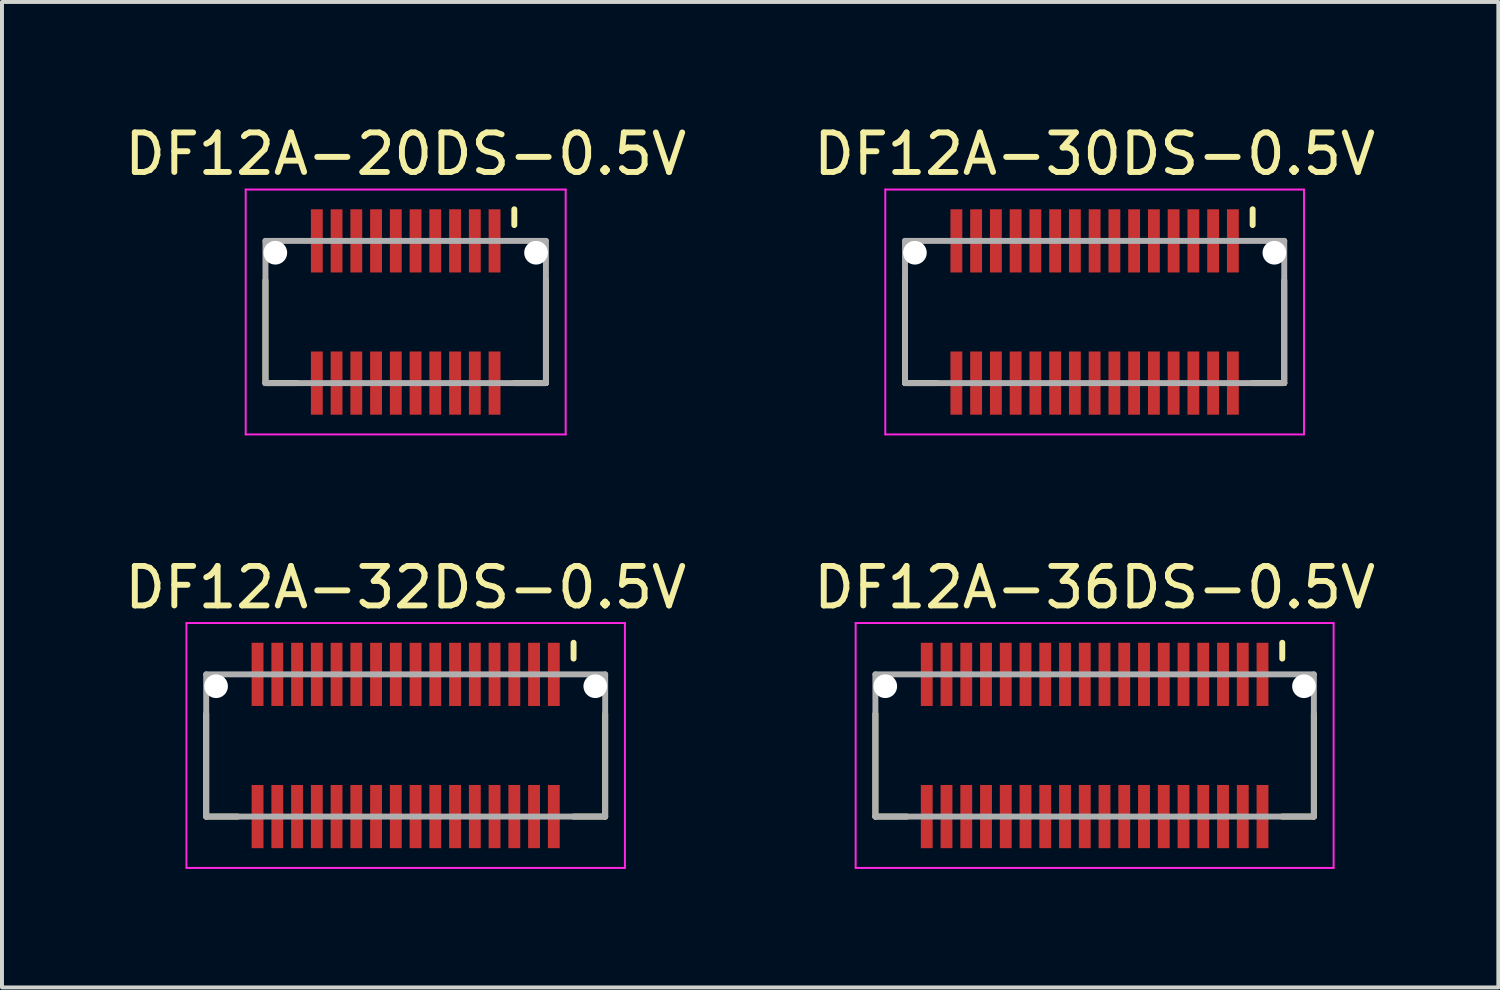
<source format=kicad_pcb>
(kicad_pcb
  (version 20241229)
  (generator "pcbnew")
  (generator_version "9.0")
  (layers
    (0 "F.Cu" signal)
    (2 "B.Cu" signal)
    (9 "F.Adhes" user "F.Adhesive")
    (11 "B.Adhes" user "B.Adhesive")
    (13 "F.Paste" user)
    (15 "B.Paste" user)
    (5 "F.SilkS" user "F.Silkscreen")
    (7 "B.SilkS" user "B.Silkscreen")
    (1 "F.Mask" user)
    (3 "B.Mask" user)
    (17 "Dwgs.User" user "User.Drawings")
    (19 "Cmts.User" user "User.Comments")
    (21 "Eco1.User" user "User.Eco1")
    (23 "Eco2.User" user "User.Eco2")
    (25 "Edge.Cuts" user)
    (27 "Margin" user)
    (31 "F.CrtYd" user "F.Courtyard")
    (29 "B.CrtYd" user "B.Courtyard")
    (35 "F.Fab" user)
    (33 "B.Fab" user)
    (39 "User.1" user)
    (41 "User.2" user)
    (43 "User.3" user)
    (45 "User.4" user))
  (footprint "DF12A-20DS-0.5V"
    (layer "F.Cu")
    (at 7.22 4.848)
    (property "Reference" "DF12A-20DS-0.5V" (at 0 -4 0) (layer "F.SilkS") (effects (font (size 1 1) (thickness 0.15))))
    (attr smd)
    (fp_line (start -3.55 -0.8) (end -3.55 1.8) (stroke (width 0.15) (type solid)) (layer "F.SilkS"))
    (fp_line (start -3.55 1.8) (end -2.75 1.8) (stroke (width 0.15) (type solid)) (layer "F.SilkS"))
    (fp_line (start 2.75 -2.6) (end 2.75 -2.2) (stroke (width 0.15) (type solid)) (layer "F.SilkS"))
    (fp_line (start 2.75 1.8) (end 3.55 1.8) (stroke (width 0.15) (type solid)) (layer "F.SilkS"))
    (fp_line (start 3.55 -0.8) (end 3.55 1.8) (stroke (width 0.15) (type solid)) (layer "F.SilkS"))
    (fp_line (start -4.05 -3.1) (end -4.05 3.1) (stroke (width 0.05) (type solid)) (layer "F.CrtYd"))
    (fp_line (start -4.05 -3.1) (end 4.05 -3.1) (stroke (width 0.05) (type solid)) (layer "F.CrtYd"))
    (fp_line (start -4.05 3.1) (end 4.05 3.1) (stroke (width 0.05) (type solid)) (layer "F.CrtYd"))
    (fp_line (start 4.05 -3.1) (end 4.05 3.1) (stroke (width 0.05) (type solid)) (layer "F.CrtYd"))
    (fp_line (start -3.55 -1.8) (end -3.55 1.8) (stroke (width 0.15) (type solid)) (layer "F.Fab"))
    (fp_line (start -3.55 -1.8) (end 3.55 -1.8) (stroke (width 0.15) (type solid)) (layer "F.Fab"))
    (fp_line (start -3.55 1.8) (end 3.55 1.8) (stroke (width 0.15) (type solid)) (layer "F.Fab"))
    (fp_line (start 3.55 -1.8) (end 3.55 1.8) (stroke (width 0.15) (type solid)) (layer "F.Fab"))
    (pad "" np_thru_hole circle (at -3.3 -1.5) (size 0.6 0.6) (drill 0.6) (layers "*.Cu" "*.Mask"))
    (pad "" np_thru_hole circle (at 3.3 -1.5) (size 0.6 0.6) (drill 0.6) (layers "*.Cu" "*.Mask"))
    (pad "1" smd rect (at 2.25 -1.8) (size 0.3 1.6) (layers "F.Cu" "F.Mask" "F.Paste"))
    (pad "2" smd rect (at 2.25 1.8) (size 0.3 1.6) (layers "F.Cu" "F.Mask" "F.Paste"))
    (pad "3" smd rect (at 1.75 -1.8) (size 0.3 1.6) (layers "F.Cu" "F.Mask" "F.Paste"))
    (pad "4" smd rect (at 1.75 1.8) (size 0.3 1.6) (layers "F.Cu" "F.Mask" "F.Paste"))
    (pad "5" smd rect (at 1.25 -1.8) (size 0.3 1.6) (layers "F.Cu" "F.Mask" "F.Paste"))
    (pad "6" smd rect (at 1.25 1.8) (size 0.3 1.6) (layers "F.Cu" "F.Mask" "F.Paste"))
    (pad "7" smd rect (at 0.75 -1.8) (size 0.3 1.6) (layers "F.Cu" "F.Mask" "F.Paste"))
    (pad "8" smd rect (at 0.75 1.8) (size 0.3 1.6) (layers "F.Cu" "F.Mask" "F.Paste"))
    (pad "9" smd rect (at 0.25 -1.8) (size 0.3 1.6) (layers "F.Cu" "F.Mask" "F.Paste"))
    (pad "10" smd rect (at 0.25 1.8) (size 0.3 1.6) (layers "F.Cu" "F.Mask" "F.Paste"))
    (pad "11" smd rect (at -0.25 -1.8) (size 0.3 1.6) (layers "F.Cu" "F.Mask" "F.Paste"))
    (pad "12" smd rect (at -0.25 1.8) (size 0.3 1.6) (layers "F.Cu" "F.Mask" "F.Paste"))
    (pad "13" smd rect (at -0.75 -1.8) (size 0.3 1.6) (layers "F.Cu" "F.Mask" "F.Paste"))
    (pad "14" smd rect (at -0.75 1.8) (size 0.3 1.6) (layers "F.Cu" "F.Mask" "F.Paste"))
    (pad "15" smd rect (at -1.25 -1.8) (size 0.3 1.6) (layers "F.Cu" "F.Mask" "F.Paste"))
    (pad "16" smd rect (at -1.25 1.8) (size 0.3 1.6) (layers "F.Cu" "F.Mask" "F.Paste"))
    (pad "17" smd rect (at -1.75 -1.8) (size 0.3 1.6) (layers "F.Cu" "F.Mask" "F.Paste"))
    (pad "18" smd rect (at -1.75 1.8) (size 0.3 1.6) (layers "F.Cu" "F.Mask" "F.Paste"))
    (pad "19" smd rect (at -2.25 -1.8) (size 0.3 1.6) (layers "F.Cu" "F.Mask" "F.Paste"))
    (pad "20" smd rect (at -2.25 1.8) (size 0.3 1.6) (layers "F.Cu" "F.Mask" "F.Paste")))
  (footprint "DF12A-32DS-0.5V"
    (layer "F.Cu")
    (at 7.22 15.822)
    (property "Reference" "DF12A-32DS-0.5V" (at 0 -4 0) (layer "F.SilkS") (effects (font (size 1 1) (thickness 0.15))))
    (attr smd)
    (fp_line (start -5.05 -0.8) (end -5.05 1.8) (stroke (width 0.15) (type solid)) (layer "F.SilkS"))
    (fp_line (start -5.05 1.8) (end -4.25 1.8) (stroke (width 0.15) (type solid)) (layer "F.SilkS"))
    (fp_line (start 4.25 -2.6) (end 4.25 -2.2) (stroke (width 0.15) (type solid)) (layer "F.SilkS"))
    (fp_line (start 4.25 1.8) (end 5.05 1.8) (stroke (width 0.15) (type solid)) (layer "F.SilkS"))
    (fp_line (start 5.05 -0.8) (end 5.05 1.8) (stroke (width 0.15) (type solid)) (layer "F.SilkS"))
    (fp_line (start -5.55 -3.1) (end -5.55 3.1) (stroke (width 0.05) (type solid)) (layer "F.CrtYd"))
    (fp_line (start -5.55 -3.1) (end 5.55 -3.1) (stroke (width 0.05) (type solid)) (layer "F.CrtYd"))
    (fp_line (start -5.55 3.1) (end 5.55 3.1) (stroke (width 0.05) (type solid)) (layer "F.CrtYd"))
    (fp_line (start 5.55 -3.1) (end 5.55 3.1) (stroke (width 0.05) (type solid)) (layer "F.CrtYd"))
    (fp_line (start -5.05 -1.8) (end -5.05 1.8) (stroke (width 0.15) (type solid)) (layer "F.Fab"))
    (fp_line (start -5.05 -1.8) (end 5.05 -1.8) (stroke (width 0.15) (type solid)) (layer "F.Fab"))
    (fp_line (start -5.05 1.8) (end 5.05 1.8) (stroke (width 0.15) (type solid)) (layer "F.Fab"))
    (fp_line (start 5.05 -1.8) (end 5.05 1.8) (stroke (width 0.15) (type solid)) (layer "F.Fab"))
    (pad "" np_thru_hole circle (at -4.8 -1.5) (size 0.6 0.6) (drill 0.6) (layers "*.Cu" "*.Mask"))
    (pad "" np_thru_hole circle (at 4.8 -1.5) (size 0.6 0.6) (drill 0.6) (layers "*.Cu" "*.Mask"))
    (pad "1" smd rect (at 3.75 -1.8) (size 0.3 1.6) (layers "F.Cu" "F.Mask" "F.Paste"))
    (pad "2" smd rect (at 3.75 1.8) (size 0.3 1.6) (layers "F.Cu" "F.Mask" "F.Paste"))
    (pad "3" smd rect (at 3.25 -1.8) (size 0.3 1.6) (layers "F.Cu" "F.Mask" "F.Paste"))
    (pad "4" smd rect (at 3.25 1.8) (size 0.3 1.6) (layers "F.Cu" "F.Mask" "F.Paste"))
    (pad "5" smd rect (at 2.75 -1.8) (size 0.3 1.6) (layers "F.Cu" "F.Mask" "F.Paste"))
    (pad "6" smd rect (at 2.75 1.8) (size 0.3 1.6) (layers "F.Cu" "F.Mask" "F.Paste"))
    (pad "7" smd rect (at 2.25 -1.8) (size 0.3 1.6) (layers "F.Cu" "F.Mask" "F.Paste"))
    (pad "8" smd rect (at 2.25 1.8) (size 0.3 1.6) (layers "F.Cu" "F.Mask" "F.Paste"))
    (pad "9" smd rect (at 1.75 -1.8) (size 0.3 1.6) (layers "F.Cu" "F.Mask" "F.Paste"))
    (pad "10" smd rect (at 1.75 1.8) (size 0.3 1.6) (layers "F.Cu" "F.Mask" "F.Paste"))
    (pad "11" smd rect (at 1.25 -1.8) (size 0.3 1.6) (layers "F.Cu" "F.Mask" "F.Paste"))
    (pad "12" smd rect (at 1.25 1.8) (size 0.3 1.6) (layers "F.Cu" "F.Mask" "F.Paste"))
    (pad "13" smd rect (at 0.75 -1.8) (size 0.3 1.6) (layers "F.Cu" "F.Mask" "F.Paste"))
    (pad "14" smd rect (at 0.75 1.8) (size 0.3 1.6) (layers "F.Cu" "F.Mask" "F.Paste"))
    (pad "15" smd rect (at 0.25 -1.8) (size 0.3 1.6) (layers "F.Cu" "F.Mask" "F.Paste"))
    (pad "16" smd rect (at 0.25 1.8) (size 0.3 1.6) (layers "F.Cu" "F.Mask" "F.Paste"))
    (pad "17" smd rect (at -0.25 -1.8) (size 0.3 1.6) (layers "F.Cu" "F.Mask" "F.Paste"))
    (pad "18" smd rect (at -0.25 1.8) (size 0.3 1.6) (layers "F.Cu" "F.Mask" "F.Paste"))
    (pad "19" smd rect (at -0.75 -1.8) (size 0.3 1.6) (layers "F.Cu" "F.Mask" "F.Paste"))
    (pad "20" smd rect (at -0.75 1.8) (size 0.3 1.6) (layers "F.Cu" "F.Mask" "F.Paste"))
    (pad "21" smd rect (at -1.25 -1.8) (size 0.3 1.6) (layers "F.Cu" "F.Mask" "F.Paste"))
    (pad "22" smd rect (at -1.25 1.8) (size 0.3 1.6) (layers "F.Cu" "F.Mask" "F.Paste"))
    (pad "23" smd rect (at -1.75 -1.8) (size 0.3 1.6) (layers "F.Cu" "F.Mask" "F.Paste"))
    (pad "24" smd rect (at -1.75 1.8) (size 0.3 1.6) (layers "F.Cu" "F.Mask" "F.Paste"))
    (pad "25" smd rect (at -2.25 -1.8) (size 0.3 1.6) (layers "F.Cu" "F.Mask" "F.Paste"))
    (pad "26" smd rect (at -2.25 1.8) (size 0.3 1.6) (layers "F.Cu" "F.Mask" "F.Paste"))
    (pad "27" smd rect (at -2.75 -1.8) (size 0.3 1.6) (layers "F.Cu" "F.Mask" "F.Paste"))
    (pad "28" smd rect (at -2.75 1.8) (size 0.3 1.6) (layers "F.Cu" "F.Mask" "F.Paste"))
    (pad "29" smd rect (at -3.25 -1.8) (size 0.3 1.6) (layers "F.Cu" "F.Mask" "F.Paste"))
    (pad "30" smd rect (at -3.25 1.8) (size 0.3 1.6) (layers "F.Cu" "F.Mask" "F.Paste"))
    (pad "31" smd rect (at -3.75 -1.8) (size 0.3 1.6) (layers "F.Cu" "F.Mask" "F.Paste"))
    (pad "32" smd rect (at -3.75 1.8) (size 0.3 1.6) (layers "F.Cu" "F.Mask" "F.Paste")))
  (footprint "DF12A-30DS-0.5V"
    (layer "F.Cu")
    (at 24.661 4.848)
    (property "Reference" "DF12A-30DS-0.5V" (at 0 -4 0) (layer "F.SilkS") (effects (font (size 1 1) (thickness 0.15))))
    (attr smd)
    (fp_line (start -4.8 -0.8) (end -4.8 1.8) (stroke (width 0.15) (type solid)) (layer "F.SilkS"))
    (fp_line (start -4.8 1.8) (end -4 1.8) (stroke (width 0.15) (type solid)) (layer "F.SilkS"))
    (fp_line (start 4 -2.6) (end 4 -2.2) (stroke (width 0.15) (type solid)) (layer "F.SilkS"))
    (fp_line (start 4 1.8) (end 4.8 1.8) (stroke (width 0.15) (type solid)) (layer "F.SilkS"))
    (fp_line (start 4.8 -0.8) (end 4.8 1.8) (stroke (width 0.15) (type solid)) (layer "F.SilkS"))
    (fp_line (start -5.3 -3.1) (end -5.3 3.1) (stroke (width 0.05) (type solid)) (layer "F.CrtYd"))
    (fp_line (start -5.3 -3.1) (end 5.3 -3.1) (stroke (width 0.05) (type solid)) (layer "F.CrtYd"))
    (fp_line (start -5.3 3.1) (end 5.3 3.1) (stroke (width 0.05) (type solid)) (layer "F.CrtYd"))
    (fp_line (start 5.3 -3.1) (end 5.3 3.1) (stroke (width 0.05) (type solid)) (layer "F.CrtYd"))
    (fp_line (start -4.8 -1.8) (end -4.8 1.8) (stroke (width 0.15) (type solid)) (layer "F.Fab"))
    (fp_line (start -4.8 -1.8) (end 4.8 -1.8) (stroke (width 0.15) (type solid)) (layer "F.Fab"))
    (fp_line (start -4.8 1.8) (end 4.8 1.8) (stroke (width 0.15) (type solid)) (layer "F.Fab"))
    (fp_line (start 4.8 -1.8) (end 4.8 1.8) (stroke (width 0.15) (type solid)) (layer "F.Fab"))
    (pad "" np_thru_hole circle (at -4.55 -1.5) (size 0.6 0.6) (drill 0.6) (layers "*.Cu" "*.Mask"))
    (pad "" np_thru_hole circle (at 4.55 -1.5) (size 0.6 0.6) (drill 0.6) (layers "*.Cu" "*.Mask"))
    (pad "1" smd rect (at 3.5 -1.8) (size 0.3 1.6) (layers "F.Cu" "F.Mask" "F.Paste"))
    (pad "2" smd rect (at 3.5 1.8) (size 0.3 1.6) (layers "F.Cu" "F.Mask" "F.Paste"))
    (pad "3" smd rect (at 3 -1.8) (size 0.3 1.6) (layers "F.Cu" "F.Mask" "F.Paste"))
    (pad "4" smd rect (at 3 1.8) (size 0.3 1.6) (layers "F.Cu" "F.Mask" "F.Paste"))
    (pad "5" smd rect (at 2.5 -1.8) (size 0.3 1.6) (layers "F.Cu" "F.Mask" "F.Paste"))
    (pad "6" smd rect (at 2.5 1.8) (size 0.3 1.6) (layers "F.Cu" "F.Mask" "F.Paste"))
    (pad "7" smd rect (at 2 -1.8) (size 0.3 1.6) (layers "F.Cu" "F.Mask" "F.Paste"))
    (pad "8" smd rect (at 2 1.8) (size 0.3 1.6) (layers "F.Cu" "F.Mask" "F.Paste"))
    (pad "9" smd rect (at 1.5 -1.8) (size 0.3 1.6) (layers "F.Cu" "F.Mask" "F.Paste"))
    (pad "10" smd rect (at 1.5 1.8) (size 0.3 1.6) (layers "F.Cu" "F.Mask" "F.Paste"))
    (pad "11" smd rect (at 1 -1.8) (size 0.3 1.6) (layers "F.Cu" "F.Mask" "F.Paste"))
    (pad "12" smd rect (at 1 1.8) (size 0.3 1.6) (layers "F.Cu" "F.Mask" "F.Paste"))
    (pad "13" smd rect (at 0.5 -1.8) (size 0.3 1.6) (layers "F.Cu" "F.Mask" "F.Paste"))
    (pad "14" smd rect (at 0.5 1.8) (size 0.3 1.6) (layers "F.Cu" "F.Mask" "F.Paste"))
    (pad "15" smd rect (at 0 -1.8) (size 0.3 1.6) (layers "F.Cu" "F.Mask" "F.Paste"))
    (pad "16" smd rect (at 0 1.8) (size 0.3 1.6) (layers "F.Cu" "F.Mask" "F.Paste"))
    (pad "17" smd rect (at -0.5 -1.8) (size 0.3 1.6) (layers "F.Cu" "F.Mask" "F.Paste"))
    (pad "18" smd rect (at -0.5 1.8) (size 0.3 1.6) (layers "F.Cu" "F.Mask" "F.Paste"))
    (pad "19" smd rect (at -1 -1.8) (size 0.3 1.6) (layers "F.Cu" "F.Mask" "F.Paste"))
    (pad "20" smd rect (at -1 1.8) (size 0.3 1.6) (layers "F.Cu" "F.Mask" "F.Paste"))
    (pad "21" smd rect (at -1.5 -1.8) (size 0.3 1.6) (layers "F.Cu" "F.Mask" "F.Paste"))
    (pad "22" smd rect (at -1.5 1.8) (size 0.3 1.6) (layers "F.Cu" "F.Mask" "F.Paste"))
    (pad "23" smd rect (at -2 -1.8) (size 0.3 1.6) (layers "F.Cu" "F.Mask" "F.Paste"))
    (pad "24" smd rect (at -2 1.8) (size 0.3 1.6) (layers "F.Cu" "F.Mask" "F.Paste"))
    (pad "25" smd rect (at -2.5 -1.8) (size 0.3 1.6) (layers "F.Cu" "F.Mask" "F.Paste"))
    (pad "26" smd rect (at -2.5 1.8) (size 0.3 1.6) (layers "F.Cu" "F.Mask" "F.Paste"))
    (pad "27" smd rect (at -3 -1.8) (size 0.3 1.6) (layers "F.Cu" "F.Mask" "F.Paste"))
    (pad "28" smd rect (at -3 1.8) (size 0.3 1.6) (layers "F.Cu" "F.Mask" "F.Paste"))
    (pad "29" smd rect (at -3.5 -1.8) (size 0.3 1.6) (layers "F.Cu" "F.Mask" "F.Paste"))
    (pad "30" smd rect (at -3.5 1.8) (size 0.3 1.6) (layers "F.Cu" "F.Mask" "F.Paste")))
  (footprint "DF12A-36DS-0.5V"
    (layer "F.Cu")
    (at 24.661 15.822)
    (property "Reference" "DF12A-36DS-0.5V" (at 0 -4 0) (layer "F.SilkS") (effects (font (size 1 1) (thickness 0.15))))
    (attr smd)
    (fp_line (start -5.55 -0.8) (end -5.55 1.8) (stroke (width 0.15) (type solid)) (layer "F.SilkS"))
    (fp_line (start -5.55 1.8) (end -4.75 1.8) (stroke (width 0.15) (type solid)) (layer "F.SilkS"))
    (fp_line (start 4.75 -2.6) (end 4.75 -2.2) (stroke (width 0.15) (type solid)) (layer "F.SilkS"))
    (fp_line (start 4.75 1.8) (end 5.55 1.8) (stroke (width 0.15) (type solid)) (layer "F.SilkS"))
    (fp_line (start 5.55 -0.8) (end 5.55 1.8) (stroke (width 0.15) (type solid)) (layer "F.SilkS"))
    (fp_line (start -6.05 -3.1) (end -6.05 3.1) (stroke (width 0.05) (type solid)) (layer "F.CrtYd"))
    (fp_line (start -6.05 -3.1) (end 6.05 -3.1) (stroke (width 0.05) (type solid)) (layer "F.CrtYd"))
    (fp_line (start -6.05 3.1) (end 6.05 3.1) (stroke (width 0.05) (type solid)) (layer "F.CrtYd"))
    (fp_line (start 6.05 -3.1) (end 6.05 3.1) (stroke (width 0.05) (type solid)) (layer "F.CrtYd"))
    (fp_line (start -5.55 -1.8) (end -5.55 1.8) (stroke (width 0.15) (type solid)) (layer "F.Fab"))
    (fp_line (start -5.55 -1.8) (end 5.55 -1.8) (stroke (width 0.15) (type solid)) (layer "F.Fab"))
    (fp_line (start -5.55 1.8) (end 5.55 1.8) (stroke (width 0.15) (type solid)) (layer "F.Fab"))
    (fp_line (start 5.55 -1.8) (end 5.55 1.8) (stroke (width 0.15) (type solid)) (layer "F.Fab"))
    (pad "" np_thru_hole circle (at -5.3 -1.5) (size 0.6 0.6) (drill 0.6) (layers "*.Cu" "*.Mask"))
    (pad "" np_thru_hole circle (at 5.3 -1.5) (size 0.6 0.6) (drill 0.6) (layers "*.Cu" "*.Mask"))
    (pad "1" smd rect (at 4.25 -1.8) (size 0.3 1.6) (layers "F.Cu" "F.Mask" "F.Paste"))
    (pad "2" smd rect (at 4.25 1.8) (size 0.3 1.6) (layers "F.Cu" "F.Mask" "F.Paste"))
    (pad "3" smd rect (at 3.75 -1.8) (size 0.3 1.6) (layers "F.Cu" "F.Mask" "F.Paste"))
    (pad "4" smd rect (at 3.75 1.8) (size 0.3 1.6) (layers "F.Cu" "F.Mask" "F.Paste"))
    (pad "5" smd rect (at 3.25 -1.8) (size 0.3 1.6) (layers "F.Cu" "F.Mask" "F.Paste"))
    (pad "6" smd rect (at 3.25 1.8) (size 0.3 1.6) (layers "F.Cu" "F.Mask" "F.Paste"))
    (pad "7" smd rect (at 2.75 -1.8) (size 0.3 1.6) (layers "F.Cu" "F.Mask" "F.Paste"))
    (pad "8" smd rect (at 2.75 1.8) (size 0.3 1.6) (layers "F.Cu" "F.Mask" "F.Paste"))
    (pad "9" smd rect (at 2.25 -1.8) (size 0.3 1.6) (layers "F.Cu" "F.Mask" "F.Paste"))
    (pad "10" smd rect (at 2.25 1.8) (size 0.3 1.6) (layers "F.Cu" "F.Mask" "F.Paste"))
    (pad "11" smd rect (at 1.75 -1.8) (size 0.3 1.6) (layers "F.Cu" "F.Mask" "F.Paste"))
    (pad "12" smd rect (at 1.75 1.8) (size 0.3 1.6) (layers "F.Cu" "F.Mask" "F.Paste"))
    (pad "13" smd rect (at 1.25 -1.8) (size 0.3 1.6) (layers "F.Cu" "F.Mask" "F.Paste"))
    (pad "14" smd rect (at 1.25 1.8) (size 0.3 1.6) (layers "F.Cu" "F.Mask" "F.Paste"))
    (pad "15" smd rect (at 0.75 -1.8) (size 0.3 1.6) (layers "F.Cu" "F.Mask" "F.Paste"))
    (pad "16" smd rect (at 0.75 1.8) (size 0.3 1.6) (layers "F.Cu" "F.Mask" "F.Paste"))
    (pad "17" smd rect (at 0.25 -1.8) (size 0.3 1.6) (layers "F.Cu" "F.Mask" "F.Paste"))
    (pad "18" smd rect (at 0.25 1.8) (size 0.3 1.6) (layers "F.Cu" "F.Mask" "F.Paste"))
    (pad "19" smd rect (at -0.25 -1.8) (size 0.3 1.6) (layers "F.Cu" "F.Mask" "F.Paste"))
    (pad "20" smd rect (at -0.25 1.8) (size 0.3 1.6) (layers "F.Cu" "F.Mask" "F.Paste"))
    (pad "21" smd rect (at -0.75 -1.8) (size 0.3 1.6) (layers "F.Cu" "F.Mask" "F.Paste"))
    (pad "22" smd rect (at -0.75 1.8) (size 0.3 1.6) (layers "F.Cu" "F.Mask" "F.Paste"))
    (pad "23" smd rect (at -1.25 -1.8) (size 0.3 1.6) (layers "F.Cu" "F.Mask" "F.Paste"))
    (pad "24" smd rect (at -1.25 1.8) (size 0.3 1.6) (layers "F.Cu" "F.Mask" "F.Paste"))
    (pad "25" smd rect (at -1.75 -1.8) (size 0.3 1.6) (layers "F.Cu" "F.Mask" "F.Paste"))
    (pad "26" smd rect (at -1.75 1.8) (size 0.3 1.6) (layers "F.Cu" "F.Mask" "F.Paste"))
    (pad "27" smd rect (at -2.25 -1.8) (size 0.3 1.6) (layers "F.Cu" "F.Mask" "F.Paste"))
    (pad "28" smd rect (at -2.25 1.8) (size 0.3 1.6) (layers "F.Cu" "F.Mask" "F.Paste"))
    (pad "29" smd rect (at -2.75 -1.8) (size 0.3 1.6) (layers "F.Cu" "F.Mask" "F.Paste"))
    (pad "30" smd rect (at -2.75 1.8) (size 0.3 1.6) (layers "F.Cu" "F.Mask" "F.Paste"))
    (pad "31" smd rect (at -3.25 -1.8) (size 0.3 1.6) (layers "F.Cu" "F.Mask" "F.Paste"))
    (pad "32" smd rect (at -3.25 1.8) (size 0.3 1.6) (layers "F.Cu" "F.Mask" "F.Paste"))
    (pad "33" smd rect (at -3.75 -1.8) (size 0.3 1.6) (layers "F.Cu" "F.Mask" "F.Paste"))
    (pad "34" smd rect (at -3.75 1.8) (size 0.3 1.6) (layers "F.Cu" "F.Mask" "F.Paste"))
    (pad "35" smd rect (at -4.25 -1.8) (size 0.3 1.6) (layers "F.Cu" "F.Mask" "F.Paste"))
    (pad "36" smd rect (at -4.25 1.8) (size 0.3 1.6) (layers "F.Cu" "F.Mask" "F.Paste")))
  (gr_rect
    (start -3 -3)
    (end 34.881 21.947)
    (stroke (width 0.1) (type default))
    (fill no)
    (layer "Edge.Cuts")))
</source>
